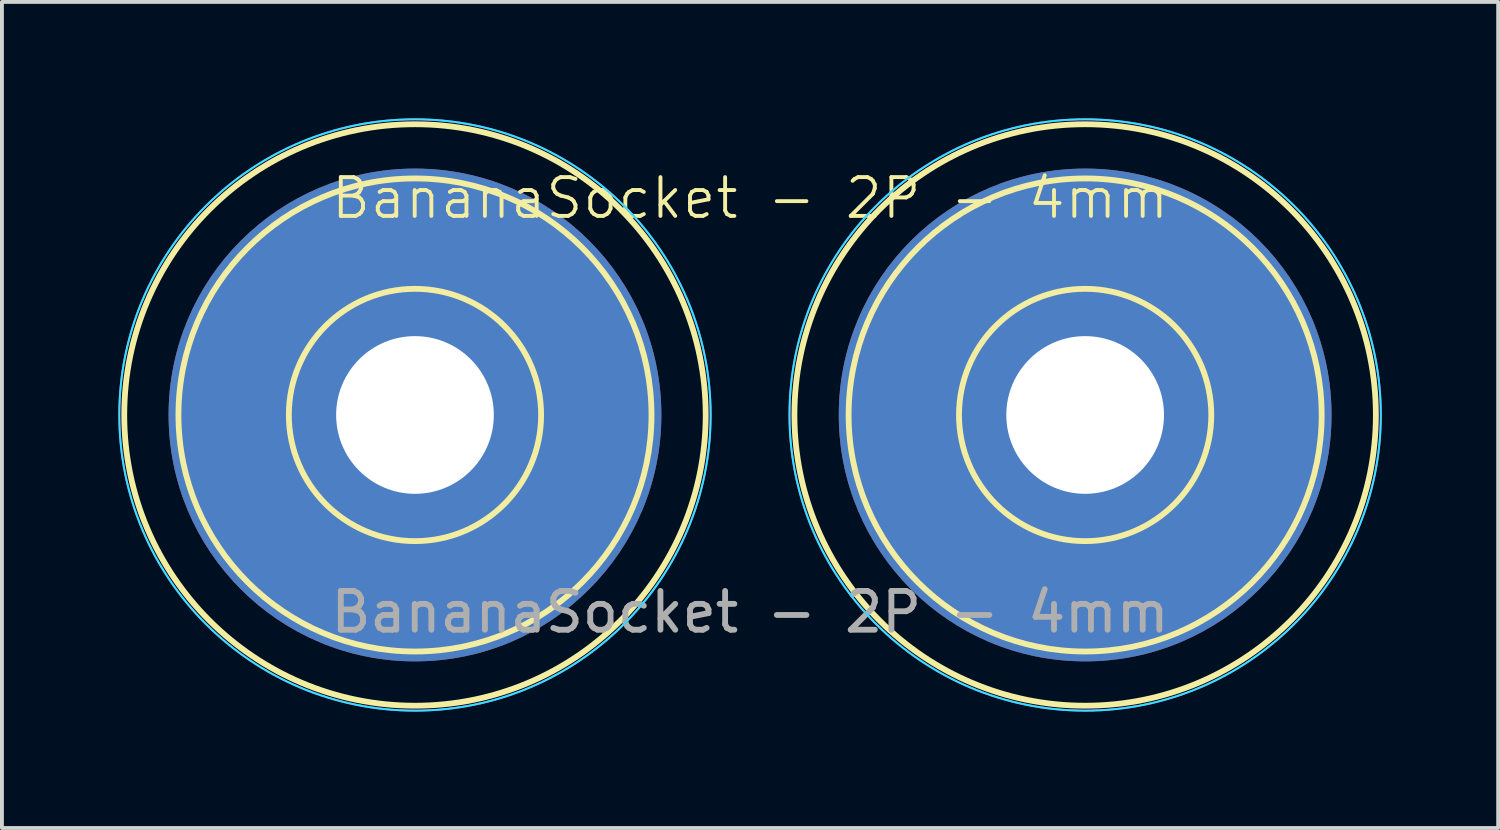
<source format=kicad_pcb>
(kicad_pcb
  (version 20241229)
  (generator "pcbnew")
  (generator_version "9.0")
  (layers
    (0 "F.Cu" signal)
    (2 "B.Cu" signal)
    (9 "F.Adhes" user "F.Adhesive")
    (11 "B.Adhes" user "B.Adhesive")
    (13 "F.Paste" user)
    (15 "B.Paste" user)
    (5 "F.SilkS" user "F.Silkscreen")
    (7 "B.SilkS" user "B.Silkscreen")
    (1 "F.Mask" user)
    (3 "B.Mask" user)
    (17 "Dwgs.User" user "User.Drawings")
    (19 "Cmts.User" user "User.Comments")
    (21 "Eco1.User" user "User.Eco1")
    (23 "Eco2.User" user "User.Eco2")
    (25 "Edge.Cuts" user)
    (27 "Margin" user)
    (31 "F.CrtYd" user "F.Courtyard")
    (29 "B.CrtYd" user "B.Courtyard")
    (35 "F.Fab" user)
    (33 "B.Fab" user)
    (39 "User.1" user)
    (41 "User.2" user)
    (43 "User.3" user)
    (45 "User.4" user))
  (footprint "BananaSocket - 2P - 4mm"
    (layer "F.Cu")
    (at 16.281 7.645)
    (property "Reference" "BananaSocket - 2P - 4mm" (at 0 -5.588 0) (unlocked yes) (layer "F.SilkS") (effects (font (size 1 1) (thickness 0.1))))
    (attr smd)
    (fp_circle (center -8.636 0) (end -5.385 0) (stroke (width 0.15) (type solid)) (fill no) (layer "F.SilkS"))
    (fp_circle (center -8.636 0) (end -2.54 0) (stroke (width 0.15) (type solid)) (fill no) (layer "F.SilkS"))
    (fp_circle (center -8.636 0) (end -1.143 0) (stroke (width 0.15) (type solid)) (fill no) (layer "F.SilkS"))
    (fp_circle (center 8.636 0) (end 11.887 0) (stroke (width 0.15) (type solid)) (fill no) (layer "F.SilkS"))
    (fp_circle (center 8.636 0) (end 14.732 0) (stroke (width 0.15) (type solid)) (fill no) (layer "F.SilkS"))
    (fp_circle (center 8.636 0) (end 16.129 0) (stroke (width 0.15) (type solid)) (fill no) (layer "F.SilkS"))
    (fp_circle (center -8.636 0) (end -1.016 0) (stroke (width 0.05) (type solid)) (fill no) (layer "B.CrtYd"))
    (fp_circle (center 8.636 0) (end 16.256 0) (stroke (width 0.05) (type solid)) (fill no) (layer "B.CrtYd"))
    (fp_circle (center -8.636 0) (end -1.016 0) (stroke (width 0.05) (type solid)) (fill no) (layer "F.CrtYd"))
    (fp_circle (center 8.636 0) (end 16.256 0) (stroke (width 0.05) (type solid)) (fill no) (layer "F.CrtYd"))
    (fp_text user "${REFERENCE}" (at 0 5.08 0) (unlocked yes) (layer "F.Fab") (effects (font (size 1 1) (thickness 0.15))))
    (pad "1" thru_hole circle (at -8.636 0) (size 12.7 12.7) (drill 4.064) (layers "*.Cu" "*.Mask"))
    (pad "2" thru_hole circle (at 8.636 0) (size 12.7 12.7) (drill 4.064) (layers "*.Cu" "*.Mask")))
  (gr_rect
    (start -3 -3)
    (end 35.562 18.29)
    (stroke (width 0.1) (type default))
    (fill no)
    (layer "Edge.Cuts")))
</source>
